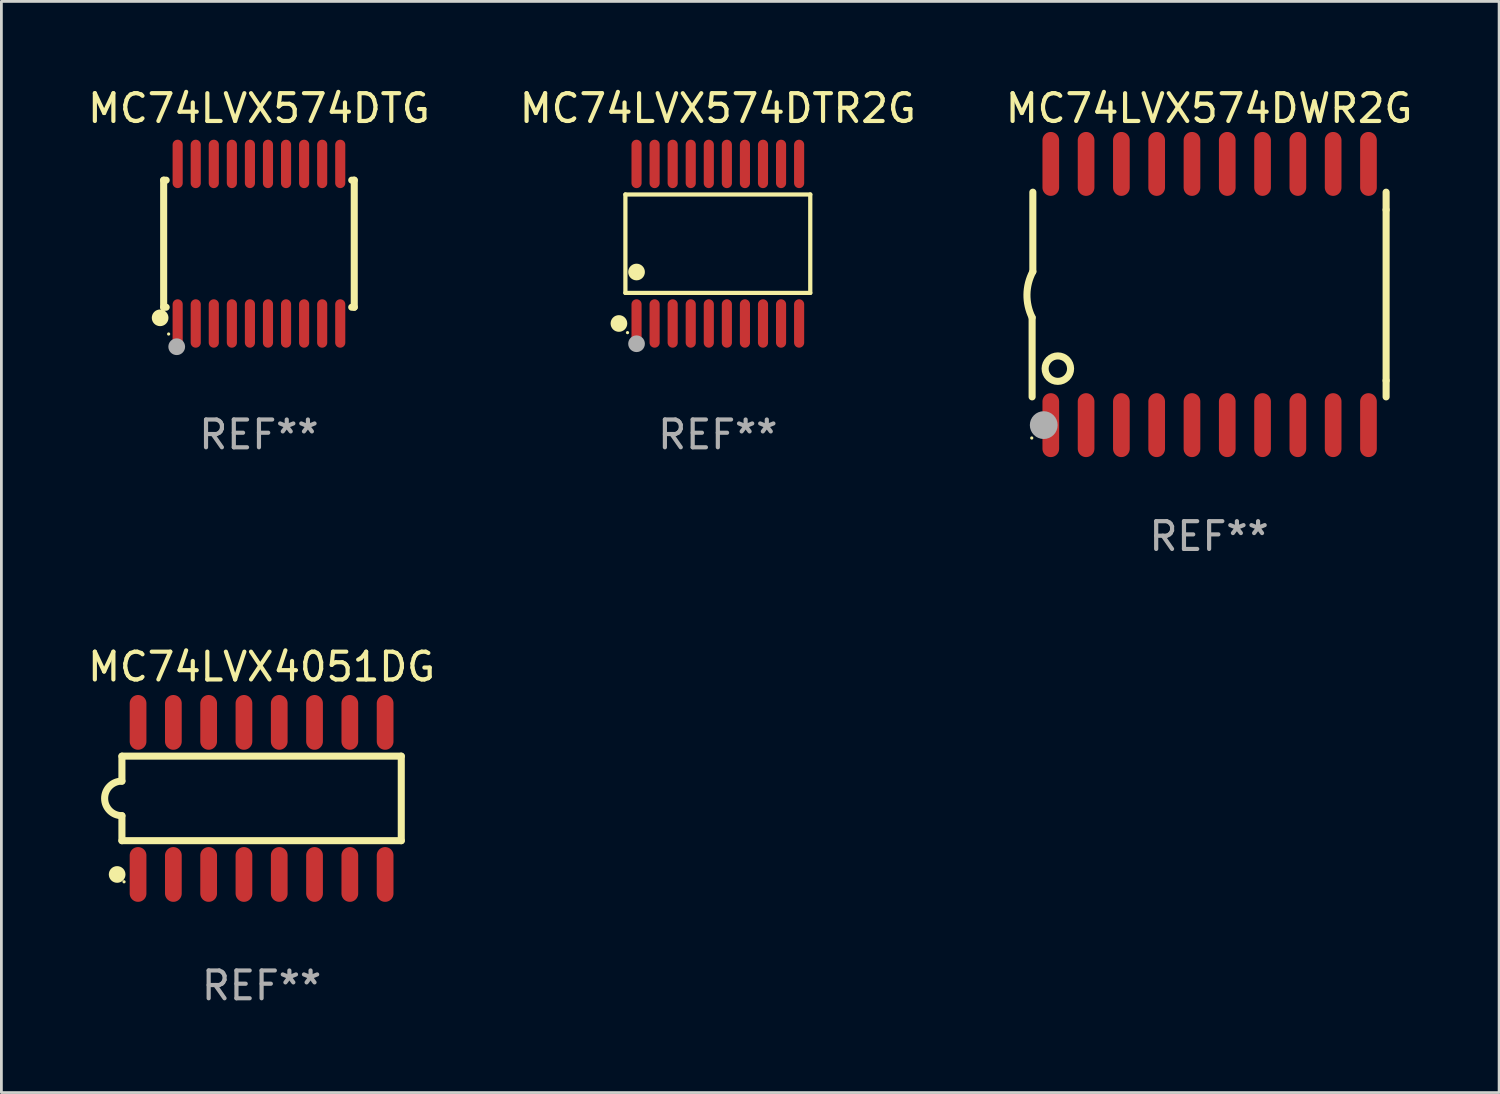
<source format=kicad_pcb>
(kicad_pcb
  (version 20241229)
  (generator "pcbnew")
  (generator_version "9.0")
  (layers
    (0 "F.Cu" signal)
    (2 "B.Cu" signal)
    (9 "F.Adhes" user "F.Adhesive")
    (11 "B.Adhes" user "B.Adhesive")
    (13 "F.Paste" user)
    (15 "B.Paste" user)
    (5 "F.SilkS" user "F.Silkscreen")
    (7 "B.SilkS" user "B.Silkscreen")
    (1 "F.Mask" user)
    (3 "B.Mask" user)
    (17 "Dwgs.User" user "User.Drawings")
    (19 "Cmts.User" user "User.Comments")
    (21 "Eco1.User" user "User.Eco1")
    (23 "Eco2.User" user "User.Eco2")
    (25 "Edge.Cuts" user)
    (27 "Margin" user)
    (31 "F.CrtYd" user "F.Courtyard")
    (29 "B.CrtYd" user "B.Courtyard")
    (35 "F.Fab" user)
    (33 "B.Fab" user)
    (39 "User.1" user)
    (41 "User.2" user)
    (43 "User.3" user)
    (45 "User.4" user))
  (footprint "MC74LVX574DTR2G"
    (layer "F.Cu")
    (at 22.78 5.719)
    (property "Reference" "MC74LVX574DTR2G" (at 0 -4.871 0) (layer "F.SilkS") (effects (font (size 1 1) (thickness 0.15))))
    (attr through_hole)
    (fp_line (start -3.326 -1.771) (end 3.326 -1.771) (stroke (width 0.152) (type solid)) (layer "F.SilkS"))
    (fp_line (start -3.326 1.771) (end -3.326 -1.771) (stroke (width 0.152) (type solid)) (layer "F.SilkS"))
    (fp_line (start 3.326 -1.771) (end 3.326 1.771) (stroke (width 0.152) (type solid)) (layer "F.SilkS"))
    (fp_line (start 3.326 1.771) (end -3.326 1.771) (stroke (width 0.152) (type solid)) (layer "F.SilkS"))
    (fp_circle (center -3.559 2.871) (end -3.409 2.871) (stroke (width 0.3) (type solid)) (fill no) (layer "F.SilkS"))
    (fp_circle (center -3.25 3.2) (end -3.22 3.2) (stroke (width 0.06) (type solid)) (fill no) (layer "F.SilkS"))
    (fp_circle (center -2.925 1.019) (end -2.775 1.019) (stroke (width 0.3) (type solid)) (fill no) (layer "F.SilkS"))
    (fp_circle (center -2.925 3.6) (end -2.775 3.6) (stroke (width 0.3) (type solid)) (fill no) (layer "F.Fab"))
    (fp_text user "REF**" (at 0 6.871 0) (layer "F.Fab") (effects (font (size 1 1) (thickness 0.15))))
    (pad "1" smd oval (at -2.925 2.871) (size 0.364 1.742) (layers "F.Cu" "F.Mask" "F.Paste"))
    (pad "2" smd oval (at -2.275 2.871) (size 0.364 1.742) (layers "F.Cu" "F.Mask" "F.Paste"))
    (pad "3" smd oval (at -1.625 2.871) (size 0.364 1.742) (layers "F.Cu" "F.Mask" "F.Paste"))
    (pad "4" smd oval (at -0.975 2.871) (size 0.364 1.742) (layers "F.Cu" "F.Mask" "F.Paste"))
    (pad "5" smd oval (at -0.325 2.871) (size 0.364 1.742) (layers "F.Cu" "F.Mask" "F.Paste"))
    (pad "6" smd oval (at 0.325 2.871) (size 0.364 1.742) (layers "F.Cu" "F.Mask" "F.Paste"))
    (pad "7" smd oval (at 0.975 2.871) (size 0.364 1.742) (layers "F.Cu" "F.Mask" "F.Paste"))
    (pad "8" smd oval (at 1.625 2.871) (size 0.364 1.742) (layers "F.Cu" "F.Mask" "F.Paste"))
    (pad "9" smd oval (at 2.275 2.871) (size 0.364 1.742) (layers "F.Cu" "F.Mask" "F.Paste"))
    (pad "10" smd oval (at 2.925 2.871) (size 0.364 1.742) (layers "F.Cu" "F.Mask" "F.Paste"))
    (pad "11" smd oval (at 2.925 -2.871) (size 0.364 1.742) (layers "F.Cu" "F.Mask" "F.Paste"))
    (pad "12" smd oval (at 2.275 -2.871) (size 0.364 1.742) (layers "F.Cu" "F.Mask" "F.Paste"))
    (pad "13" smd oval (at 1.625 -2.871) (size 0.364 1.742) (layers "F.Cu" "F.Mask" "F.Paste"))
    (pad "14" smd oval (at 0.975 -2.871) (size 0.364 1.742) (layers "F.Cu" "F.Mask" "F.Paste"))
    (pad "15" smd oval (at 0.325 -2.871) (size 0.364 1.742) (layers "F.Cu" "F.Mask" "F.Paste"))
    (pad "16" smd oval (at -0.325 -2.871) (size 0.364 1.742) (layers "F.Cu" "F.Mask" "F.Paste"))
    (pad "17" smd oval (at -0.975 -2.871) (size 0.364 1.742) (layers "F.Cu" "F.Mask" "F.Paste"))
    (pad "18" smd oval (at -1.625 -2.871) (size 0.364 1.742) (layers "F.Cu" "F.Mask" "F.Paste"))
    (pad "19" smd oval (at -2.275 -2.871) (size 0.364 1.742) (layers "F.Cu" "F.Mask" "F.Paste"))
    (pad "20" smd oval (at -2.925 -2.871) (size 0.364 1.742) (layers "F.Cu" "F.Mask" "F.Paste")))
  (footprint "MC74LVX574DTG"
    (layer "F.Cu")
    (at 6.268 5.719)
    (property "Reference" "MC74LVX574DTG" (at 0 -4.871 0) (layer "F.SilkS") (effects (font (size 1 1) (thickness 0.15))))
    (attr through_hole)
    (fp_line (start -3.429 -2.286) (end -3.429 2.286) (stroke (width 0.254) (type solid)) (layer "F.SilkS"))
    (fp_line (start -3.429 2.286) (end -3.338 2.286) (stroke (width 0.254) (type solid)) (layer "F.SilkS"))
    (fp_line (start -3.338 -2.286) (end -3.429 -2.286) (stroke (width 0.254) (type solid)) (layer "F.SilkS"))
    (fp_line (start 3.338 -2.286) (end 3.429 -2.286) (stroke (width 0.254) (type solid)) (layer "F.SilkS"))
    (fp_line (start 3.429 -2.286) (end 3.429 2.286) (stroke (width 0.254) (type solid)) (layer "F.SilkS"))
    (fp_line (start 3.429 2.286) (end 3.338 2.286) (stroke (width 0.254) (type solid)) (layer "F.SilkS"))
    (fp_circle (center -3.556 2.667) (end -3.406 2.667) (stroke (width 0.3) (type solid)) (fill no) (layer "F.SilkS"))
    (fp_circle (center -3.25 3.25) (end -3.22 3.25) (stroke (width 0.06) (type solid)) (fill no) (layer "F.SilkS"))
    (fp_circle (center -2.959 3.707) (end -2.808 3.707) (stroke (width 0.3) (type solid)) (fill no) (layer "F.Fab"))
    (fp_text user "REF**" (at 0 6.871 0) (layer "F.Fab") (effects (font (size 1 1) (thickness 0.15))))
    (pad "1" smd oval (at -2.925 2.871) (size 0.364 1.742) (layers "F.Cu" "F.Mask" "F.Paste"))
    (pad "2" smd oval (at -2.275 2.871) (size 0.364 1.742) (layers "F.Cu" "F.Mask" "F.Paste"))
    (pad "3" smd oval (at -1.625 2.871) (size 0.364 1.742) (layers "F.Cu" "F.Mask" "F.Paste"))
    (pad "4" smd oval (at -0.975 2.871) (size 0.364 1.742) (layers "F.Cu" "F.Mask" "F.Paste"))
    (pad "5" smd oval (at -0.325 2.871) (size 0.364 1.742) (layers "F.Cu" "F.Mask" "F.Paste"))
    (pad "6" smd oval (at 0.325 2.871) (size 0.364 1.742) (layers "F.Cu" "F.Mask" "F.Paste"))
    (pad "7" smd oval (at 0.975 2.871) (size 0.364 1.742) (layers "F.Cu" "F.Mask" "F.Paste"))
    (pad "8" smd oval (at 1.625 2.871) (size 0.364 1.742) (layers "F.Cu" "F.Mask" "F.Paste"))
    (pad "9" smd oval (at 2.275 2.871) (size 0.364 1.742) (layers "F.Cu" "F.Mask" "F.Paste"))
    (pad "10" smd oval (at 2.925 2.871) (size 0.364 1.742) (layers "F.Cu" "F.Mask" "F.Paste"))
    (pad "11" smd oval (at 2.925 -2.871) (size 0.364 1.742) (layers "F.Cu" "F.Mask" "F.Paste"))
    (pad "12" smd oval (at 2.275 -2.871) (size 0.364 1.742) (layers "F.Cu" "F.Mask" "F.Paste"))
    (pad "13" smd oval (at 1.625 -2.871) (size 0.364 1.742) (layers "F.Cu" "F.Mask" "F.Paste"))
    (pad "14" smd oval (at 0.975 -2.871) (size 0.364 1.742) (layers "F.Cu" "F.Mask" "F.Paste"))
    (pad "15" smd oval (at 0.325 -2.871) (size 0.364 1.742) (layers "F.Cu" "F.Mask" "F.Paste"))
    (pad "16" smd oval (at -0.325 -2.871) (size 0.364 1.742) (layers "F.Cu" "F.Mask" "F.Paste"))
    (pad "17" smd oval (at -0.975 -2.871) (size 0.364 1.742) (layers "F.Cu" "F.Mask" "F.Paste"))
    (pad "18" smd oval (at -1.625 -2.871) (size 0.364 1.742) (layers "F.Cu" "F.Mask" "F.Paste"))
    (pad "19" smd oval (at -2.275 -2.871) (size 0.364 1.742) (layers "F.Cu" "F.Mask" "F.Paste"))
    (pad "20" smd oval (at -2.925 -2.871) (size 0.364 1.742) (layers "F.Cu" "F.Mask" "F.Paste")))
  (footprint "MC74LVX4051DG"
    (layer "F.Cu")
    (at 6.363 25.68)
    (property "Reference" "MC74LVX4051DG" (at 0 -4.736 0) (layer "F.SilkS") (effects (font (size 1 1) (thickness 0.15))))
    (attr through_hole)
    (fp_line (start -5.026 -1.521) (end -5.026 -0.621) (stroke (width 0.254) (type solid)) (layer "F.SilkS"))
    (fp_line (start -5.026 -1.521) (end 5.026 -1.521) (stroke (width 0.254) (type solid)) (layer "F.SilkS"))
    (fp_line (start -5.026 1.521) (end -5.026 0.621) (stroke (width 0.254) (type solid)) (layer "F.SilkS"))
    (fp_line (start 5.026 -1.521) (end 5.026 1.521) (stroke (width 0.254) (type solid)) (layer "F.SilkS"))
    (fp_line (start 5.026 1.521) (end -5.026 1.521) (stroke (width 0.254) (type solid)) (layer "F.SilkS"))
    (fp_arc (start -5.026187 0.621387) (mid -5.647752 -0.000787) (end -5.025781 -0.622555) (stroke (width 0.254001) (type solid)) (layer "F.SilkS"))
    (fp_circle (center -5.198 2.736) (end -5.048 2.736) (stroke (width 0.3) (type solid)) (fill no) (layer "F.SilkS"))
    (fp_circle (center -4.95 3) (end -4.92 3) (stroke (width 0.06) (type solid)) (fill no) (layer "F.SilkS"))
    (fp_text user "REF**" (at 0 6.736 0) (layer "F.Fab") (effects (font (size 1 1) (thickness 0.15))))
    (pad "1" smd oval (at -4.445 2.736) (size 0.602 1.971) (layers "F.Cu" "F.Mask" "F.Paste"))
    (pad "2" smd oval (at -3.175 2.736) (size 0.602 1.971) (layers "F.Cu" "F.Mask" "F.Paste"))
    (pad "3" smd oval (at -1.905 2.736) (size 0.602 1.971) (layers "F.Cu" "F.Mask" "F.Paste"))
    (pad "4" smd oval (at -0.635 2.736) (size 0.602 1.971) (layers "F.Cu" "F.Mask" "F.Paste"))
    (pad "5" smd oval (at 0.635 2.736) (size 0.602 1.971) (layers "F.Cu" "F.Mask" "F.Paste"))
    (pad "6" smd oval (at 1.905 2.736) (size 0.602 1.971) (layers "F.Cu" "F.Mask" "F.Paste"))
    (pad "7" smd oval (at 3.175 2.736) (size 0.602 1.971) (layers "F.Cu" "F.Mask" "F.Paste"))
    (pad "8" smd oval (at 4.445 2.736) (size 0.602 1.971) (layers "F.Cu" "F.Mask" "F.Paste"))
    (pad "9" smd oval (at 4.445 -2.736) (size 0.602 1.971) (layers "F.Cu" "F.Mask" "F.Paste"))
    (pad "10" smd oval (at 3.175 -2.736) (size 0.602 1.971) (layers "F.Cu" "F.Mask" "F.Paste"))
    (pad "11" smd oval (at 1.905 -2.736) (size 0.602 1.971) (layers "F.Cu" "F.Mask" "F.Paste"))
    (pad "12" smd oval (at 0.635 -2.736) (size 0.602 1.971) (layers "F.Cu" "F.Mask" "F.Paste"))
    (pad "13" smd oval (at -0.635 -2.736) (size 0.602 1.971) (layers "F.Cu" "F.Mask" "F.Paste"))
    (pad "14" smd oval (at -1.905 -2.736) (size 0.602 1.971) (layers "F.Cu" "F.Mask" "F.Paste"))
    (pad "15" smd oval (at -3.175 -2.736) (size 0.602 1.971) (layers "F.Cu" "F.Mask" "F.Paste"))
    (pad "16" smd oval (at -4.445 -2.736) (size 0.602 1.971) (layers "F.Cu" "F.Mask" "F.Paste")))
  (footprint "MC74LVX574DWR2G"
    (layer "F.Cu")
    (at 40.458 7.548)
    (property "Reference" "MC74LVX574DWR2G" (at 0 -6.7 0) (layer "F.SilkS") (effects (font (size 1 1) (thickness 0.15))))
    (attr through_hole)
    (fp_line (start -6.369 0.826) (end -6.369 3.683) (stroke (width 0.254) (type solid)) (layer "F.SilkS"))
    (fp_line (start -6.343 -0.825) (end -6.343 -3.683) (stroke (width 0.254) (type solid)) (layer "F.SilkS"))
    (fp_line (start 6.369 -3.048) (end 6.369 -3.683) (stroke (width 0.254) (type solid)) (layer "F.SilkS"))
    (fp_line (start 6.369 -3.048) (end 6.369 3.096) (stroke (width 0.254) (type solid)) (layer "F.SilkS"))
    (fp_line (start 6.369 3.096) (end 6.369 3.683) (stroke (width 0.254) (type solid)) (layer "F.SilkS"))
    (fp_arc (start -6.36853 0.825552) (mid -6.554743 -0.00301) (end -6.343129 -0.825451) (stroke (width 0.254001) (type solid)) (layer "F.SilkS"))
    (fp_circle (center -6.382 5.163) (end -6.352 5.163) (stroke (width 0.06) (type solid)) (fill no) (layer "F.SilkS"))
    (fp_circle (center -5.443 2.667) (end -4.985 2.667) (stroke (width 0.254) (type solid)) (fill no) (layer "F.SilkS"))
    (fp_circle (center -5.951 4.699) (end -5.701 4.699) (stroke (width 0.5) (type solid)) (fill no) (layer "F.Fab"))
    (fp_text user "REF**" (at 0 8.7 0) (layer "F.Fab") (effects (font (size 1 1) (thickness 0.15))))
    (pad "1" smd oval (at -5.697 4.7 180) (size 0.6 2.3) (layers "F.Cu" "F.Mask" "F.Paste"))
    (pad "2" smd oval (at -4.427 4.7 180) (size 0.6 2.3) (layers "F.Cu" "F.Mask" "F.Paste"))
    (pad "3" smd oval (at -3.157 4.7 180) (size 0.6 2.3) (layers "F.Cu" "F.Mask" "F.Paste"))
    (pad "4" smd oval (at -1.887 4.7 180) (size 0.6 2.3) (layers "F.Cu" "F.Mask" "F.Paste"))
    (pad "5" smd oval (at -0.617 4.7 180) (size 0.6 2.3) (layers "F.Cu" "F.Mask" "F.Paste"))
    (pad "6" smd oval (at 0.653 4.7 180) (size 0.6 2.3) (layers "F.Cu" "F.Mask" "F.Paste"))
    (pad "7" smd oval (at 1.923 4.7 180) (size 0.6 2.3) (layers "F.Cu" "F.Mask" "F.Paste"))
    (pad "8" smd oval (at 3.193 4.7 180) (size 0.6 2.3) (layers "F.Cu" "F.Mask" "F.Paste"))
    (pad "9" smd oval (at 4.463 4.7 180) (size 0.6 2.3) (layers "F.Cu" "F.Mask" "F.Paste"))
    (pad "10" smd oval (at 5.734 4.7 180) (size 0.6 2.3) (layers "F.Cu" "F.Mask" "F.Paste"))
    (pad "11" smd oval (at 5.734 -4.7 180) (size 0.6 2.3) (layers "F.Cu" "F.Mask" "F.Paste"))
    (pad "12" smd oval (at 4.463 -4.7 180) (size 0.6 2.3) (layers "F.Cu" "F.Mask" "F.Paste"))
    (pad "13" smd oval (at 3.193 -4.7 180) (size 0.6 2.3) (layers "F.Cu" "F.Mask" "F.Paste"))
    (pad "14" smd oval (at 1.923 -4.7 180) (size 0.6 2.3) (layers "F.Cu" "F.Mask" "F.Paste"))
    (pad "15" smd oval (at 0.653 -4.7 180) (size 0.6 2.3) (layers "F.Cu" "F.Mask" "F.Paste"))
    (pad "16" smd oval (at -0.617 -4.7 180) (size 0.6 2.3) (layers "F.Cu" "F.Mask" "F.Paste"))
    (pad "17" smd oval (at -1.887 -4.7 180) (size 0.6 2.3) (layers "F.Cu" "F.Mask" "F.Paste"))
    (pad "18" smd oval (at -3.157 -4.7 180) (size 0.6 2.3) (layers "F.Cu" "F.Mask" "F.Paste"))
    (pad "19" smd oval (at -4.427 -4.7 180) (size 0.6 2.3) (layers "F.Cu" "F.Mask" "F.Paste"))
    (pad "20" smd oval (at -5.697 -4.7 180) (size 0.6 2.3) (layers "F.Cu" "F.Mask" "F.Paste")))
  (gr_rect
    (start -3 -3)
    (end 50.893 36.264)
    (stroke (width 0.1) (type default))
    (fill no)
    (layer "Edge.Cuts")))
</source>
